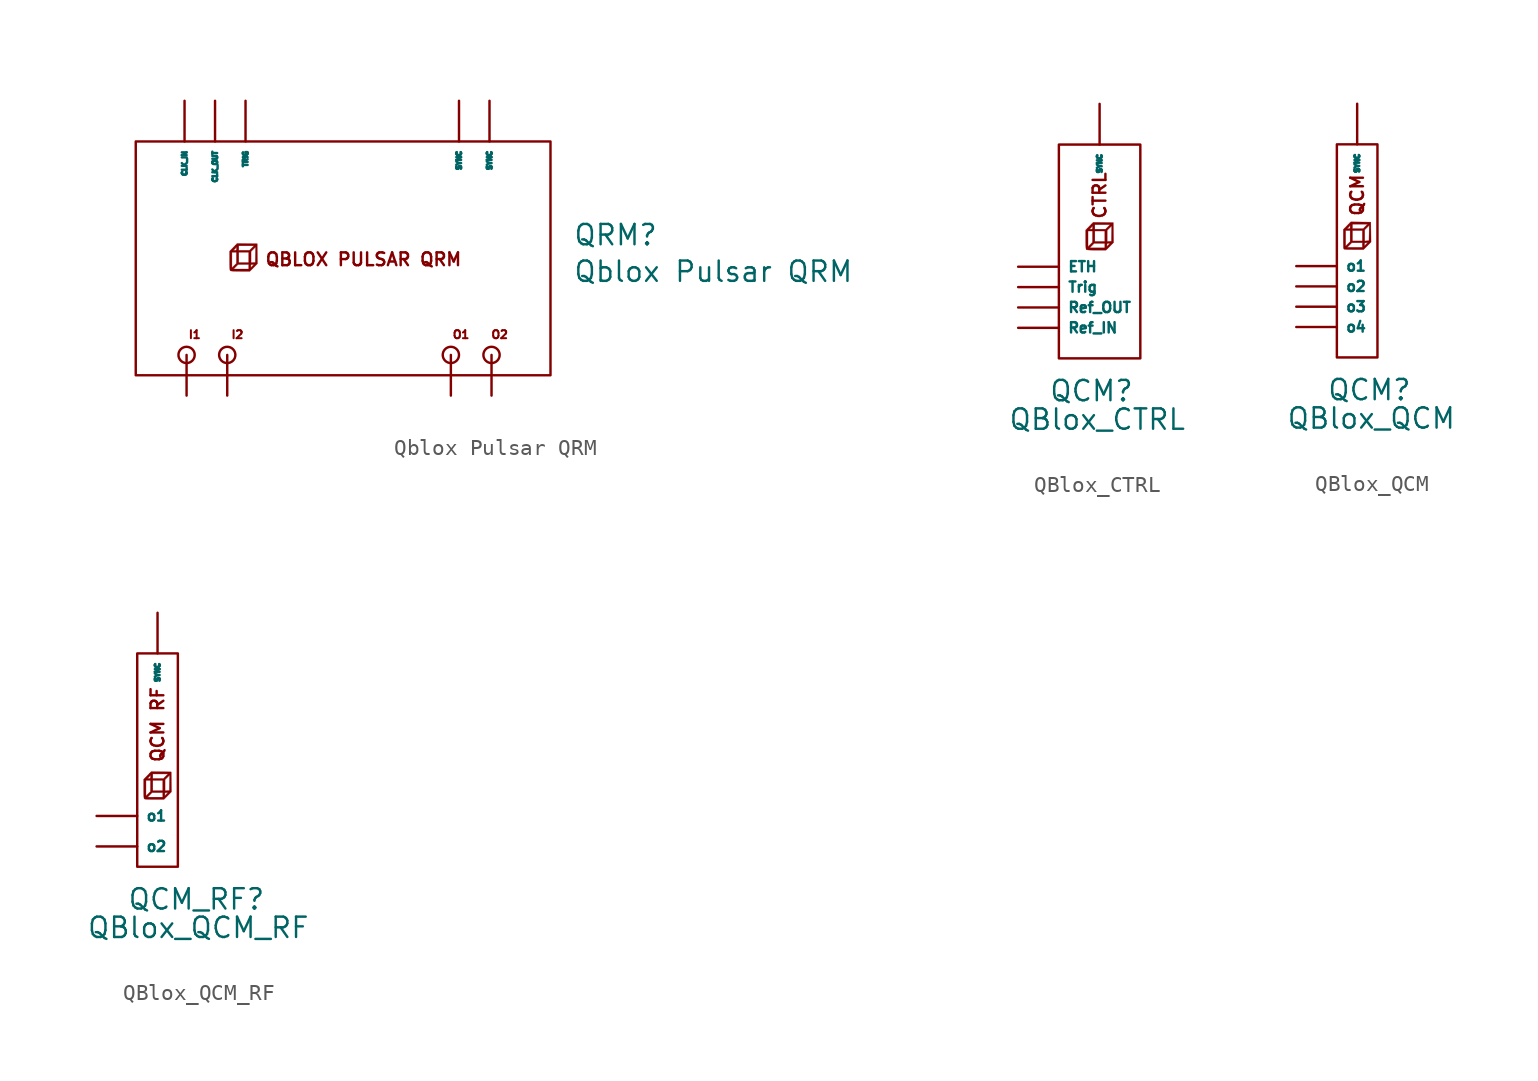
<source format=kicad_sym>
(kicad_symbol_lib
  (version 20220914)
  (generator kicad_symbol_editor)
  (symbol "Qblox Pulsar QRM"
    (property "Reference" "QRM"
      (at 24.13 10.033 0)
      (effects (font (size 1.27 1.27)) (justify left)))
    (property "Value" "Qblox Pulsar QRM"
      (at 24.13 7.747 0)
      (effects (font (size 1.27 1.27)) (justify left)))
    (symbol "Qblox Pulsar QRM_0_0"
      (rectangle (start -3.175 15.875) (end 22.733 1.27) (stroke (width 0) (type default)) (fill (type none)))
      (polyline (pts (xy 4.191 8.001) (xy 4.425 8.237) (xy 4.41 9.484) (xy 3.157 9.5) (xy 3.017 9.357) (xy 3.259 9.357) (xy 4.209 9.357) (xy 4.069 9.214) (xy 3.929 9.072) (xy 3.259 9.072) (xy 3.259 9.357) (xy 3.017 9.357) (xy 2.924 9.261) (xy 2.753 9.085) (xy 2.932 9.085) (xy 2.959 9.11) (xy 3.006 9.152) (xy 3.063 9.216) (xy 3.116 9.286) (xy 3.117 9.179) (xy 3.117 9.155) (xy 3.11 9.098) (xy 3.081 9.076) (xy 3.012 9.072) (xy 3.008 9.072) (xy 2.946 9.075) (xy 2.932 9.085) (xy 2.753 9.085) (xy 2.691 9.023) (xy 2.691 8.407) (xy 2.692 8.189) (xy 2.696 8.023) (xy 2.699 7.981) (xy 2.833 7.981) (xy 2.833 8.959) (xy 3.117 8.959) (xy 3.259 8.959) (xy 3.884 8.959) (xy 3.884 8.305) (xy 3.259 8.305) (xy 3.259 8.959) (xy 3.117 8.959) (xy 3.117 8.302) (xy 4.027 8.302) (xy 4.027 9.004) (xy 4.169 9.144) (xy 4.312 9.285) (xy 4.304 8.802) (xy 4.296 8.319) (xy 4.161 8.311) (xy 4.027 8.302) (xy 3.117 8.302) (xy 3.117 8.261) (xy 2.975 8.121) (xy 2.833 7.981) (xy 2.699 7.981) (xy 2.703 7.907) (xy 2.935 7.907) (xy 3.075 8.05) (xy 3.215 8.192) (xy 3.884 8.192) (xy 3.884 8.099) (xy 4.012 8.099) (xy 4.018 8.162) (xy 4.045 8.187) (xy 4.11 8.192) (xy 4.208 8.192) (xy 4.112 8.092) (xy 4.078 8.058) (xy 4.032 8.011) (xy 4.014 7.993) (xy 4.014 7.994) (xy 4.013 8.026) (xy 4.012 8.092) (xy 4.012 8.099) (xy 3.884 8.099) (xy 3.884 7.907) (xy 2.935 7.907) (xy 2.703 7.907) (xy 2.703 7.906) (xy 2.712 7.833) (xy 2.725 7.8) (xy 2.727 7.798) (xy 2.764 7.786) (xy 2.842 7.777) (xy 2.964 7.77) (xy 3.135 7.767) (xy 3.358 7.766) (xy 3.957 7.766) (xy 4.191 8.001)) (stroke (width 0.01) (type default)) (fill (type outline)))
      (circle (center 0 2.54) (radius 0.508) (stroke (width 0) (type default)) (fill (type none)))
      (circle (center 2.54 2.54) (radius 0.508) (stroke (width 0) (type default)) (fill (type none)))
      (circle (center 16.51 2.54) (radius 0.508) (stroke (width 0) (type default)) (fill (type none)))
      (circle (center 19.05 2.54) (radius 0.508) (stroke (width 0) (type default)) (fill (type none)))
      (text "I1" (at 0.508 3.81 0) (effects (font (size 0.5 0.5))))
      (text "I2" (at 3.175 3.81 0) (effects (font (size 0.5 0.5))))
      (text "O1" (at 17.145 3.81 0) (effects (font (size 0.5 0.5))))
      (text "O2" (at 19.558 3.81 0) (effects (font (size 0.5 0.5))))
      (text "QBLOX PULSAR QRM" (at 11.049 8.509 0) (effects (font (size 0.8 0.8)))))
    (symbol "Qblox Pulsar QRM_1_1"
      (pin input line (at 0 0 90) (length 2.54) (name "" (effects (font (size 1.27 1.27)))) (number "" (effects (font (size 1.27 1.27)))))
      (pin input line (at 2.54 0 90) (length 2.54) (name "" (effects (font (size 1.27 1.27)))) (number "" (effects (font (size 1.27 1.27)))))
      (pin output line (at 16.51 0 90) (length 2.54) (name "" (effects (font (size 1.27 1.27)))) (number "" (effects (font (size 1.27 1.27)))))
      (pin output line (at 19.05 0 90) (length 2.54) (name "" (effects (font (size 1.27 1.27)))) (number "" (effects (font (size 1.27 1.27)))))
      (pin input line (at -0.127 18.415 270) (length 2.54) (name "CLK_IN" (effects (font (size 0.3 0.3)))) (number "" (effects (font (size 1.27 1.27)))))
      (pin output line (at 1.778 18.415 270) (length 2.54) (name "CLK_OUT" (effects (font (size 0.3 0.3)))) (number "" (effects (font (size 1.27 1.27)))))
      (pin bidirectional line (at 17.018 18.415 270) (length 2.54) (name "SYNC" (effects (font (size 0.3 0.3)))) (number "" (effects (font (size 1.27 1.27)))))
      (pin bidirectional line (at 18.923 18.415 270) (length 2.54) (name "SYNC" (effects (font (size 0.3 0.3)))) (number "" (effects (font (size 1.27 1.27)))))
      (pin input line (at 3.683 18.415 270) (length 2.54) (name "TRIG" (effects (font (size 0.3 0.3)))) (number "" (effects (font (size 1.27 1.27)))))))
  (symbol "QBlox_CTRL"
    (property "Reference" "QCM"
      (at -1.905 -2.032 0)
      (effects (font (size 1.27 1.27)) (justify left)))
    (property "Value" "QBlox_CTRL"
      (at -4.445 -3.81 0)
      (effects (font (size 1.27 1.27)) (justify left)))
    (symbol "QBlox_CTRL_0_0"
      (rectangle (start -1.27 13.335) (end 3.81 0) (stroke (width 0) (type default)) (fill (type none)))
      (polyline (pts (xy 1.905 6.985) (xy 2.139 7.221) (xy 2.124 8.468) (xy 0.871 8.484) (xy 0.731 8.341) (xy 0.973 8.341) (xy 1.923 8.341) (xy 1.783 8.198) (xy 1.643 8.056) (xy 0.973 8.056) (xy 0.973 8.341) (xy 0.731 8.341) (xy 0.638 8.245) (xy 0.467 8.069) (xy 0.646 8.069) (xy 0.673 8.094) (xy 0.721 8.136) (xy 0.777 8.2) (xy 0.83 8.27) (xy 0.831 8.163) (xy 0.831 8.139) (xy 0.824 8.082) (xy 0.795 8.06) (xy 0.726 8.056) (xy 0.722 8.056) (xy 0.66 8.059) (xy 0.646 8.069) (xy 0.467 8.069) (xy 0.405 8.007) (xy 0.405 7.391) (xy 0.406 7.173) (xy 0.41 7.007) (xy 0.413 6.965) (xy 0.547 6.965) (xy 0.547 7.943) (xy 0.831 7.943) (xy 0.973 7.943) (xy 1.598 7.943) (xy 1.598 7.289) (xy 0.973 7.289) (xy 0.973 7.943) (xy 0.831 7.943) (xy 0.831 7.286) (xy 1.74 7.286) (xy 1.74 7.987) (xy 1.883 8.128) (xy 2.026 8.269) (xy 2.018 7.786) (xy 2.01 7.303) (xy 1.875 7.295) (xy 1.74 7.286) (xy 0.831 7.286) (xy 0.831 7.245) (xy 0.689 7.105) (xy 0.547 6.965) (xy 0.413 6.965) (xy 0.417 6.891) (xy 0.649 6.891) (xy 0.789 7.034) (xy 0.929 7.176) (xy 1.598 7.176) (xy 1.598 7.083) (xy 1.726 7.083) (xy 1.732 7.146) (xy 1.758 7.171) (xy 1.824 7.176) (xy 1.922 7.176) (xy 1.826 7.076) (xy 1.792 7.042) (xy 1.746 6.995) (xy 1.728 6.977) (xy 1.728 6.978) (xy 1.727 7.01) (xy 1.726 7.076) (xy 1.726 7.083) (xy 1.598 7.083) (xy 1.598 6.891) (xy 0.649 6.891) (xy 0.417 6.891) (xy 0.417 6.89) (xy 0.426 6.817) (xy 0.439 6.784) (xy 0.441 6.782) (xy 0.478 6.77) (xy 0.556 6.761) (xy 0.678 6.754) (xy 0.849 6.751) (xy 1.072 6.75) (xy 1.671 6.75) (xy 1.905 6.985)) (stroke (width 0.01) (type default)) (fill (type outline)))
      (text "CTRL" (at 1.27 10.16 900) (effects (font (size 0.8 0.8)))))
    (symbol "QBlox_CTRL_1_1"
      (pin output line (at -3.81 5.715 0) (length 2.54) (name "ETH" (effects (font (size 0.64 0.64)))) (number "" (effects (font (size 1.27 1.27)))))
      (pin output line (at -3.81 1.905 0) (length 2.54) (name "Ref_IN" (effects (font (size 0.64 0.64)))) (number "" (effects (font (size 0.64 0.64)))))
      (pin output line (at -3.81 3.175 0) (length 2.54) (name "Ref_OUT" (effects (font (size 0.64 0.64)))) (number "" (effects (font (size 1.27 1.27)))))
      (pin bidirectional line (at 1.27 15.875 270) (length 2.54) (name "SYNC" (effects (font (size 0.3 0.3)))) (number "" (effects (font (size 1.27 1.27)))))
      (pin output line (at -3.81 4.445 0) (length 2.54) (name "Trig" (effects (font (size 0.64 0.64)))) (number "" (effects (font (size 1.27 1.27)))))))
  (symbol "QBlox_QCM"
    (property "Reference" "QCM"
      (at -1.905 -2.032 0)
      (effects (font (size 1.27 1.27)) (justify left)))
    (property "Value" "QBlox_QCM"
      (at -4.445 -3.81 0)
      (effects (font (size 1.27 1.27)) (justify left)))
    (symbol "QBlox_QCM_0_0"
      (rectangle (start -1.27 13.335) (end 1.27 0) (stroke (width 0) (type default)) (fill (type none)))
      (polyline (pts (xy 0.635 6.985) (xy 0.869 7.221) (xy 0.854 8.468) (xy -0.399 8.484) (xy -0.539 8.341) (xy -0.297 8.341) (xy 0.653 8.341) (xy 0.513 8.198) (xy 0.373 8.056) (xy -0.297 8.056) (xy -0.297 8.341) (xy -0.539 8.341) (xy -0.632 8.245) (xy -0.803 8.069) (xy -0.624 8.069) (xy -0.597 8.094) (xy -0.549 8.136) (xy -0.493 8.2) (xy -0.44 8.27) (xy -0.439 8.163) (xy -0.439 8.139) (xy -0.446 8.082) (xy -0.475 8.06) (xy -0.544 8.056) (xy -0.548 8.056) (xy -0.61 8.059) (xy -0.624 8.069) (xy -0.803 8.069) (xy -0.865 8.007) (xy -0.865 7.391) (xy -0.864 7.173) (xy -0.86 7.007) (xy -0.857 6.965) (xy -0.723 6.965) (xy -0.723 7.943) (xy -0.439 7.943) (xy -0.297 7.943) (xy 0.328 7.943) (xy 0.328 7.289) (xy -0.297 7.289) (xy -0.297 7.943) (xy -0.439 7.943) (xy -0.439 7.286) (xy 0.47 7.286) (xy 0.47 7.987) (xy 0.613 8.128) (xy 0.756 8.269) (xy 0.748 7.786) (xy 0.74 7.303) (xy 0.605 7.295) (xy 0.47 7.286) (xy -0.439 7.286) (xy -0.439 7.245) (xy -0.581 7.105) (xy -0.723 6.965) (xy -0.857 6.965) (xy -0.853 6.891) (xy -0.621 6.891) (xy -0.481 7.034) (xy -0.341 7.176) (xy 0.328 7.176) (xy 0.328 7.083) (xy 0.456 7.083) (xy 0.462 7.146) (xy 0.488 7.171) (xy 0.554 7.176) (xy 0.652 7.176) (xy 0.556 7.076) (xy 0.522 7.042) (xy 0.476 6.995) (xy 0.458 6.977) (xy 0.458 6.978) (xy 0.457 7.01) (xy 0.456 7.076) (xy 0.456 7.083) (xy 0.328 7.083) (xy 0.328 6.891) (xy -0.621 6.891) (xy -0.853 6.891) (xy -0.853 6.89) (xy -0.844 6.817) (xy -0.831 6.784) (xy -0.829 6.782) (xy -0.792 6.77) (xy -0.714 6.761) (xy -0.592 6.754) (xy -0.421 6.751) (xy -0.198 6.75) (xy 0.401 6.75) (xy 0.635 6.985)) (stroke (width 0.01) (type default)) (fill (type outline)))
      (text "QCM" (at 0 10.16 900) (effects (font (size 0.8 0.8)))))
    (symbol "QBlox_QCM_1_1"
      (pin bidirectional line (at 0 15.875 270) (length 2.54) (name "SYNC" (effects (font (size 0.3 0.3)))) (number "" (effects (font (size 1.27 1.27)))))
      (pin output line (at -3.81 5.715 0) (length 2.54) (name "o1" (effects (font (size 0.64 0.64)))) (number "" (effects (font (size 1.27 1.27)))))
      (pin output line (at -3.81 4.445 0) (length 2.54) (name "o2" (effects (font (size 0.64 0.64)))) (number "" (effects (font (size 1.27 1.27)))))
      (pin output line (at -3.81 3.175 0) (length 2.54) (name "o3" (effects (font (size 0.64 0.64)))) (number "" (effects (font (size 1.27 1.27)))))
      (pin output line (at -3.81 1.905 0) (length 2.54) (name "o4" (effects (font (size 0.64 0.64)))) (number "" (effects (font (size 1.27 1.27)))))))
  (symbol "QBlox_QCM_RF"
    (property "Reference" "QCM_RF"
      (at -1.905 -2.032 0)
      (effects (font (size 1.27 1.27)) (justify left)))
    (property "Value" "QBlox_QCM_RF"
      (at -4.445 -3.81 0)
      (effects (font (size 1.27 1.27)) (justify left)))
    (symbol "QBlox_QCM_RF_0_0"
      (rectangle (start -1.27 13.335) (end 1.27 0) (stroke (width 0) (type default)) (fill (type none)))
      (polyline (pts (xy 0.635 4.445) (xy 0.869 4.681) (xy 0.854 5.928) (xy -0.399 5.944) (xy -0.539 5.801) (xy -0.297 5.801) (xy 0.653 5.801) (xy 0.513 5.659) (xy 0.373 5.516) (xy -0.297 5.516) (xy -0.297 5.801) (xy -0.539 5.801) (xy -0.632 5.705) (xy -0.803 5.529) (xy -0.624 5.529) (xy -0.597 5.554) (xy -0.549 5.596) (xy -0.493 5.66) (xy -0.44 5.729) (xy -0.439 5.623) (xy -0.439 5.599) (xy -0.446 5.542) (xy -0.475 5.52) (xy -0.544 5.516) (xy -0.548 5.516) (xy -0.61 5.519) (xy -0.624 5.529) (xy -0.803 5.529) (xy -0.865 5.466) (xy -0.865 4.851) (xy -0.864 4.633) (xy -0.86 4.467) (xy -0.857 4.425) (xy -0.723 4.425) (xy -0.723 5.403) (xy -0.439 5.403) (xy -0.297 5.403) (xy 0.328 5.403) (xy 0.328 4.749) (xy -0.297 4.749) (xy -0.297 5.403) (xy -0.439 5.403) (xy -0.439 4.746) (xy 0.47 4.746) (xy 0.47 5.447) (xy 0.613 5.588) (xy 0.756 5.729) (xy 0.748 5.246) (xy 0.74 4.763) (xy 0.605 4.755) (xy 0.47 4.746) (xy -0.439 4.746) (xy -0.439 4.705) (xy -0.581 4.565) (xy -0.723 4.425) (xy -0.857 4.425) (xy -0.853 4.351) (xy -0.621 4.351) (xy -0.481 4.494) (xy -0.341 4.636) (xy 0.328 4.636) (xy 0.328 4.543) (xy 0.456 4.543) (xy 0.462 4.606) (xy 0.488 4.631) (xy 0.554 4.636) (xy 0.652 4.636) (xy 0.556 4.536) (xy 0.522 4.502) (xy 0.476 4.455) (xy 0.458 4.437) (xy 0.458 4.438) (xy 0.457 4.47) (xy 0.456 4.536) (xy 0.456 4.543) (xy 0.328 4.543) (xy 0.328 4.351) (xy -0.621 4.351) (xy -0.853 4.351) (xy -0.853 4.35) (xy -0.844 4.277) (xy -0.831 4.244) (xy -0.829 4.242) (xy -0.792 4.23) (xy -0.714 4.221) (xy -0.592 4.214) (xy -0.421 4.211) (xy -0.198 4.21) (xy 0.401 4.21) (xy 0.635 4.445)) (stroke (width 0.01) (type default)) (fill (type outline)))
      (text "QCM RF" (at 0 8.89 900) (effects (font (size 0.8 0.8)))))
    (symbol "QBlox_QCM_RF_1_1"
      (pin bidirectional line (at 0 15.875 270) (length 2.54) (name "SYNC" (effects (font (size 0.3 0.3)))) (number "" (effects (font (size 1.27 1.27)))))
      (pin output line (at -3.81 3.175 0) (length 2.54) (name "o1" (effects (font (size 0.64 0.64)))) (number "" (effects (font (size 1.27 1.27)))))
      (pin output line (at -3.81 1.27 0) (length 2.54) (name "o2" (effects (font (size 0.64 0.64)))) (number "" (effects (font (size 1.27 1.27))))))))
</source>
